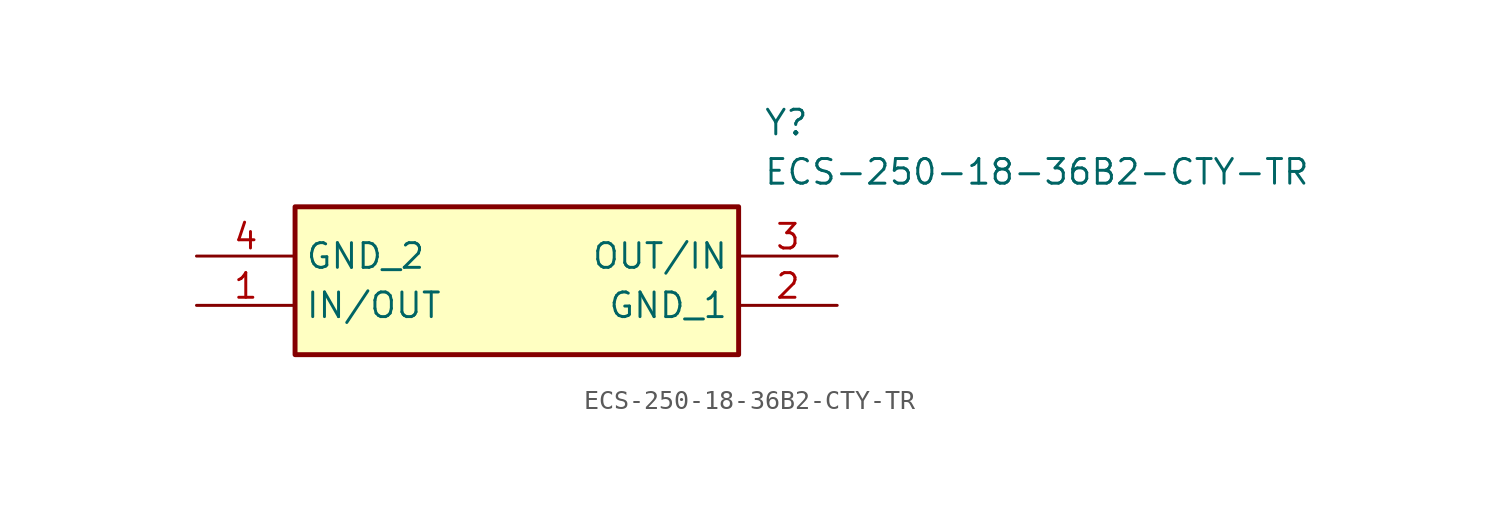
<source format=kicad_sym>
(kicad_symbol_lib
  (version 20211014)
  (generator SamacSys_ECAD_Model)
  (symbol "ECS-250-18-36B2-CTY-TR"
    (property "Reference" "Y"
      (at 29.21 7.62 0)
      (effects (font (size 1.27 1.27)) (justify left top)))
    (property "Value" "ECS-250-18-36B2-CTY-TR"
      (at 29.21 5.08 0)
      (effects (font (size 1.27 1.27)) (justify left top)))
    (rectangle
      (start 5.08 2.54)
      (end 27.94 -5.08)
      (stroke (width 0.254) (type default))
      (fill (type background)))
    (pin passive line
      (at 0 -2.54 0)
      (length 5.08)
      (name "IN/OUT" (effects (font (size 1.27 1.27))))
      (number "1" (effects (font (size 1.27 1.27)))))
    (pin passive line
      (at 33.02 -2.54 180)
      (length 5.08)
      (name "GND_1" (effects (font (size 1.27 1.27))))
      (number "2" (effects (font (size 1.27 1.27)))))
    (pin passive line
      (at 33.02 0 180)
      (length 5.08)
      (name "OUT/IN" (effects (font (size 1.27 1.27))))
      (number "3" (effects (font (size 1.27 1.27)))))
    (pin passive line
      (at 0 0 0)
      (length 5.08)
      (name "GND_2" (effects (font (size 1.27 1.27))))
      (number "4" (effects (font (size 1.27 1.27)))))))
</source>
